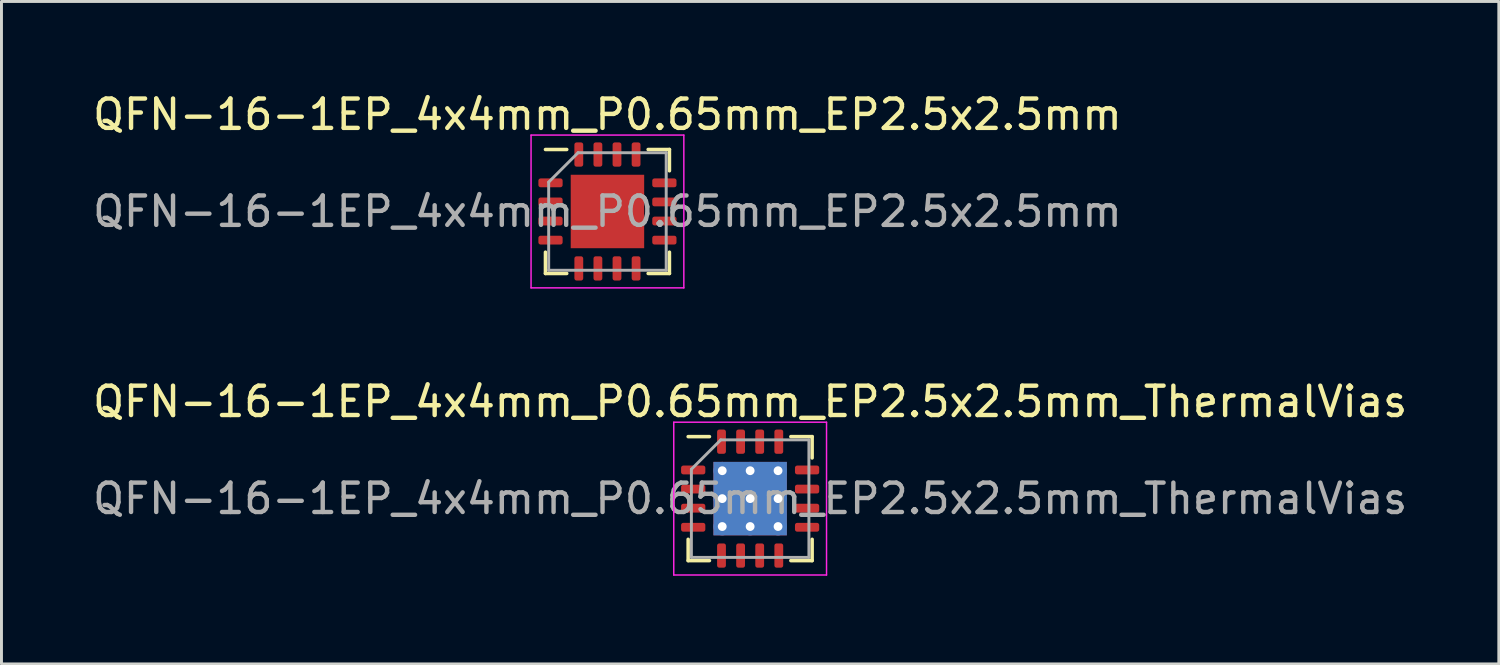
<source format=kicad_pcb>
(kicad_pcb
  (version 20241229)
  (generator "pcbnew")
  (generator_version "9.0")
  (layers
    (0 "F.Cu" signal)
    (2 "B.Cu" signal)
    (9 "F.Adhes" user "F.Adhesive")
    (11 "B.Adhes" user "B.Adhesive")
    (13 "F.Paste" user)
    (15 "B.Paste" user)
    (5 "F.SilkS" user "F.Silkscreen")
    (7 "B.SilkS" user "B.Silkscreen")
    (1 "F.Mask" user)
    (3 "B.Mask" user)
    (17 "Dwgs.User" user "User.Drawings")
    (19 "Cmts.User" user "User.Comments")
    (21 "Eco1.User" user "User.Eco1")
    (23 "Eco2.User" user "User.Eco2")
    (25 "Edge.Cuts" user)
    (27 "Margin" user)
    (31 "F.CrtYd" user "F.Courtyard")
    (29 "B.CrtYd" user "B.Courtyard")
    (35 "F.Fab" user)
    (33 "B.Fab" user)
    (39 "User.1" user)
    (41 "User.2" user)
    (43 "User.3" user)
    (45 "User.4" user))
  (footprint "QFN-16-1EP_4x4mm_P0.65mm_EP2.5x2.5mm_ThermalVias"
    (layer "F.Cu")
    (at 22.482 13.921)
    (property "Reference" "QFN-16-1EP_4x4mm_P0.65mm_EP2.5x2.5mm_ThermalVias" (at 0 -3.3 0) (layer "F.SilkS") (effects (font (size 1 1) (thickness 0.15))))
    (attr smd)
    (fp_line (start -2.11 2.11) (end -2.11 1.385) (stroke (width 0.12) (type solid)) (layer "F.SilkS"))
    (fp_line (start -1.385 -2.11) (end -2.11 -2.11) (stroke (width 0.12) (type solid)) (layer "F.SilkS"))
    (fp_line (start -1.385 2.11) (end -2.11 2.11) (stroke (width 0.12) (type solid)) (layer "F.SilkS"))
    (fp_line (start 1.385 -2.11) (end 2.11 -2.11) (stroke (width 0.12) (type solid)) (layer "F.SilkS"))
    (fp_line (start 1.385 2.11) (end 2.11 2.11) (stroke (width 0.12) (type solid)) (layer "F.SilkS"))
    (fp_line (start 2.11 -2.11) (end 2.11 -1.385) (stroke (width 0.12) (type solid)) (layer "F.SilkS"))
    (fp_line (start 2.11 2.11) (end 2.11 1.385) (stroke (width 0.12) (type solid)) (layer "F.SilkS"))
    (fp_line (start -2.6 -2.6) (end -2.6 2.6) (stroke (width 0.05) (type solid)) (layer "F.CrtYd"))
    (fp_line (start -2.6 2.6) (end 2.6 2.6) (stroke (width 0.05) (type solid)) (layer "F.CrtYd"))
    (fp_line (start 2.6 -2.6) (end -2.6 -2.6) (stroke (width 0.05) (type solid)) (layer "F.CrtYd"))
    (fp_line (start 2.6 2.6) (end 2.6 -2.6) (stroke (width 0.05) (type solid)) (layer "F.CrtYd"))
    (fp_line (start -2 -1) (end -1 -2) (stroke (width 0.1) (type solid)) (layer "F.Fab"))
    (fp_line (start -2 2) (end -2 -1) (stroke (width 0.1) (type solid)) (layer "F.Fab"))
    (fp_line (start -1 -2) (end 2 -2) (stroke (width 0.1) (type solid)) (layer "F.Fab"))
    (fp_line (start 2 -2) (end 2 2) (stroke (width 0.1) (type solid)) (layer "F.Fab"))
    (fp_line (start 2 2) (end -2 2) (stroke (width 0.1) (type solid)) (layer "F.Fab"))
    (fp_text user "${REFERENCE}" (at 0 0 0) (layer "F.Fab") (effects (font (size 1 1) (thickness 0.15))))
    (pad "" smd roundrect (at -0.625 -0.625) (size 1.08 1.08) (layers "F.Paste") (roundrect_rratio 0.231))
    (pad "" smd roundrect (at -0.625 0.625) (size 1.08 1.08) (layers "F.Paste") (roundrect_rratio 0.231))
    (pad "" smd roundrect (at 0.625 -0.625) (size 1.08 1.08) (layers "F.Paste") (roundrect_rratio 0.231))
    (pad "" smd roundrect (at 0.625 0.625) (size 1.08 1.08) (layers "F.Paste") (roundrect_rratio 0.231))
    (pad "1" smd roundrect (at -1.938 -0.975) (size 0.825 0.3) (layers "F.Cu" "F.Mask" "F.Paste") (roundrect_rratio 0.25))
    (pad "2" smd roundrect (at -1.938 -0.325) (size 0.825 0.3) (layers "F.Cu" "F.Mask" "F.Paste") (roundrect_rratio 0.25))
    (pad "3" smd roundrect (at -1.938 0.325) (size 0.825 0.3) (layers "F.Cu" "F.Mask" "F.Paste") (roundrect_rratio 0.25))
    (pad "4" smd roundrect (at -1.938 0.975) (size 0.825 0.3) (layers "F.Cu" "F.Mask" "F.Paste") (roundrect_rratio 0.25))
    (pad "5" smd roundrect (at -0.975 1.938) (size 0.3 0.825) (layers "F.Cu" "F.Mask" "F.Paste") (roundrect_rratio 0.25))
    (pad "6" smd roundrect (at -0.325 1.938) (size 0.3 0.825) (layers "F.Cu" "F.Mask" "F.Paste") (roundrect_rratio 0.25))
    (pad "7" smd roundrect (at 0.325 1.938) (size 0.3 0.825) (layers "F.Cu" "F.Mask" "F.Paste") (roundrect_rratio 0.25))
    (pad "8" smd roundrect (at 0.975 1.938) (size 0.3 0.825) (layers "F.Cu" "F.Mask" "F.Paste") (roundrect_rratio 0.25))
    (pad "9" smd roundrect (at 1.938 0.975) (size 0.825 0.3) (layers "F.Cu" "F.Mask" "F.Paste") (roundrect_rratio 0.25))
    (pad "10" smd roundrect (at 1.938 0.325) (size 0.825 0.3) (layers "F.Cu" "F.Mask" "F.Paste") (roundrect_rratio 0.25))
    (pad "11" smd roundrect (at 1.938 -0.325) (size 0.825 0.3) (layers "F.Cu" "F.Mask" "F.Paste") (roundrect_rratio 0.25))
    (pad "12" smd roundrect (at 1.938 -0.975) (size 0.825 0.3) (layers "F.Cu" "F.Mask" "F.Paste") (roundrect_rratio 0.25))
    (pad "13" smd roundrect (at 0.975 -1.938) (size 0.3 0.825) (layers "F.Cu" "F.Mask" "F.Paste") (roundrect_rratio 0.25))
    (pad "14" smd roundrect (at 0.325 -1.938) (size 0.3 0.825) (layers "F.Cu" "F.Mask" "F.Paste") (roundrect_rratio 0.25))
    (pad "15" smd roundrect (at -0.325 -1.938) (size 0.3 0.825) (layers "F.Cu" "F.Mask" "F.Paste") (roundrect_rratio 0.25))
    (pad "16" smd roundrect (at -0.975 -1.938) (size 0.3 0.825) (layers "F.Cu" "F.Mask" "F.Paste") (roundrect_rratio 0.25))
    (pad "17" thru_hole circle (at -0.95 -0.95) (size 0.6 0.6) (drill 0.3) (layers "*.Cu"))
    (pad "17" thru_hole circle (at -0.95 0) (size 0.6 0.6) (drill 0.3) (layers "*.Cu"))
    (pad "17" thru_hole circle (at -0.95 0.95) (size 0.6 0.6) (drill 0.3) (layers "*.Cu"))
    (pad "17" thru_hole circle (at 0 -0.95) (size 0.6 0.6) (drill 0.3) (layers "*.Cu"))
    (pad "17" thru_hole circle (at 0 0) (size 0.6 0.6) (drill 0.3) (layers "*.Cu"))
    (pad "17" smd rect (at 0 0) (size 2.5 2.5) (layers "F.Cu" "F.Mask"))
    (pad "17" smd rect (at 0 0) (size 2.5 2.5) (layers "B.Cu"))
    (pad "17" thru_hole circle (at 0 0.95) (size 0.6 0.6) (drill 0.3) (layers "*.Cu"))
    (pad "17" thru_hole circle (at 0.95 -0.95) (size 0.6 0.6) (drill 0.3) (layers "*.Cu"))
    (pad "17" thru_hole circle (at 0.95 0) (size 0.6 0.6) (drill 0.3) (layers "*.Cu"))
    (pad "17" thru_hole circle (at 0.95 0.95) (size 0.6 0.6) (drill 0.3) (layers "*.Cu")))
  (footprint "QFN-16-1EP_4x4mm_P0.65mm_EP2.5x2.5mm"
    (layer "F.Cu")
    (at 17.625 4.148)
    (property "Reference" "QFN-16-1EP_4x4mm_P0.65mm_EP2.5x2.5mm" (at 0 -3.3 0) (layer "F.SilkS") (effects (font (size 1 1) (thickness 0.15))))
    (attr smd)
    (fp_line (start -2.11 2.11) (end -2.11 1.385) (stroke (width 0.12) (type solid)) (layer "F.SilkS"))
    (fp_line (start -1.385 -2.11) (end -2.11 -2.11) (stroke (width 0.12) (type solid)) (layer "F.SilkS"))
    (fp_line (start -1.385 2.11) (end -2.11 2.11) (stroke (width 0.12) (type solid)) (layer "F.SilkS"))
    (fp_line (start 1.385 -2.11) (end 2.11 -2.11) (stroke (width 0.12) (type solid)) (layer "F.SilkS"))
    (fp_line (start 1.385 2.11) (end 2.11 2.11) (stroke (width 0.12) (type solid)) (layer "F.SilkS"))
    (fp_line (start 2.11 -2.11) (end 2.11 -1.385) (stroke (width 0.12) (type solid)) (layer "F.SilkS"))
    (fp_line (start 2.11 2.11) (end 2.11 1.385) (stroke (width 0.12) (type solid)) (layer "F.SilkS"))
    (fp_line (start -2.6 -2.6) (end -2.6 2.6) (stroke (width 0.05) (type solid)) (layer "F.CrtYd"))
    (fp_line (start -2.6 2.6) (end 2.6 2.6) (stroke (width 0.05) (type solid)) (layer "F.CrtYd"))
    (fp_line (start 2.6 -2.6) (end -2.6 -2.6) (stroke (width 0.05) (type solid)) (layer "F.CrtYd"))
    (fp_line (start 2.6 2.6) (end 2.6 -2.6) (stroke (width 0.05) (type solid)) (layer "F.CrtYd"))
    (fp_line (start -2 -1) (end -1 -2) (stroke (width 0.1) (type solid)) (layer "F.Fab"))
    (fp_line (start -2 2) (end -2 -1) (stroke (width 0.1) (type solid)) (layer "F.Fab"))
    (fp_line (start -1 -2) (end 2 -2) (stroke (width 0.1) (type solid)) (layer "F.Fab"))
    (fp_line (start 2 -2) (end 2 2) (stroke (width 0.1) (type solid)) (layer "F.Fab"))
    (fp_line (start 2 2) (end -2 2) (stroke (width 0.1) (type solid)) (layer "F.Fab"))
    (fp_text user "${REFERENCE}" (at 0 0 0) (layer "F.Fab") (effects (font (size 1 1) (thickness 0.15))))
    (pad "" smd roundrect (at -0.625 -0.625) (size 1.01 1.01) (layers "F.Paste") (roundrect_rratio 0.248))
    (pad "" smd roundrect (at -0.625 0.625) (size 1.01 1.01) (layers "F.Paste") (roundrect_rratio 0.248))
    (pad "" smd roundrect (at 0.625 -0.625) (size 1.01 1.01) (layers "F.Paste") (roundrect_rratio 0.248))
    (pad "" smd roundrect (at 0.625 0.625) (size 1.01 1.01) (layers "F.Paste") (roundrect_rratio 0.248))
    (pad "1" smd roundrect (at -1.938 -0.975) (size 0.825 0.3) (layers "F.Cu" "F.Mask" "F.Paste") (roundrect_rratio 0.25))
    (pad "2" smd roundrect (at -1.938 -0.325) (size 0.825 0.3) (layers "F.Cu" "F.Mask" "F.Paste") (roundrect_rratio 0.25))
    (pad "3" smd roundrect (at -1.938 0.325) (size 0.825 0.3) (layers "F.Cu" "F.Mask" "F.Paste") (roundrect_rratio 0.25))
    (pad "4" smd roundrect (at -1.938 0.975) (size 0.825 0.3) (layers "F.Cu" "F.Mask" "F.Paste") (roundrect_rratio 0.25))
    (pad "5" smd roundrect (at -0.975 1.938) (size 0.3 0.825) (layers "F.Cu" "F.Mask" "F.Paste") (roundrect_rratio 0.25))
    (pad "6" smd roundrect (at -0.325 1.938) (size 0.3 0.825) (layers "F.Cu" "F.Mask" "F.Paste") (roundrect_rratio 0.25))
    (pad "7" smd roundrect (at 0.325 1.938) (size 0.3 0.825) (layers "F.Cu" "F.Mask" "F.Paste") (roundrect_rratio 0.25))
    (pad "8" smd roundrect (at 0.975 1.938) (size 0.3 0.825) (layers "F.Cu" "F.Mask" "F.Paste") (roundrect_rratio 0.25))
    (pad "9" smd roundrect (at 1.938 0.975) (size 0.825 0.3) (layers "F.Cu" "F.Mask" "F.Paste") (roundrect_rratio 0.25))
    (pad "10" smd roundrect (at 1.938 0.325) (size 0.825 0.3) (layers "F.Cu" "F.Mask" "F.Paste") (roundrect_rratio 0.25))
    (pad "11" smd roundrect (at 1.938 -0.325) (size 0.825 0.3) (layers "F.Cu" "F.Mask" "F.Paste") (roundrect_rratio 0.25))
    (pad "12" smd roundrect (at 1.938 -0.975) (size 0.825 0.3) (layers "F.Cu" "F.Mask" "F.Paste") (roundrect_rratio 0.25))
    (pad "13" smd roundrect (at 0.975 -1.938) (size 0.3 0.825) (layers "F.Cu" "F.Mask" "F.Paste") (roundrect_rratio 0.25))
    (pad "14" smd roundrect (at 0.325 -1.938) (size 0.3 0.825) (layers "F.Cu" "F.Mask" "F.Paste") (roundrect_rratio 0.25))
    (pad "15" smd roundrect (at -0.325 -1.938) (size 0.3 0.825) (layers "F.Cu" "F.Mask" "F.Paste") (roundrect_rratio 0.25))
    (pad "16" smd roundrect (at -0.975 -1.938) (size 0.3 0.825) (layers "F.Cu" "F.Mask" "F.Paste") (roundrect_rratio 0.25))
    (pad "17" smd rect (at 0 0) (size 2.5 2.5) (layers "F.Cu" "F.Mask")))
  (gr_rect
    (start -3 -3)
    (end 47.964 19.547)
    (stroke (width 0.1) (type default))
    (fill no)
    (layer "Edge.Cuts")))
</source>
